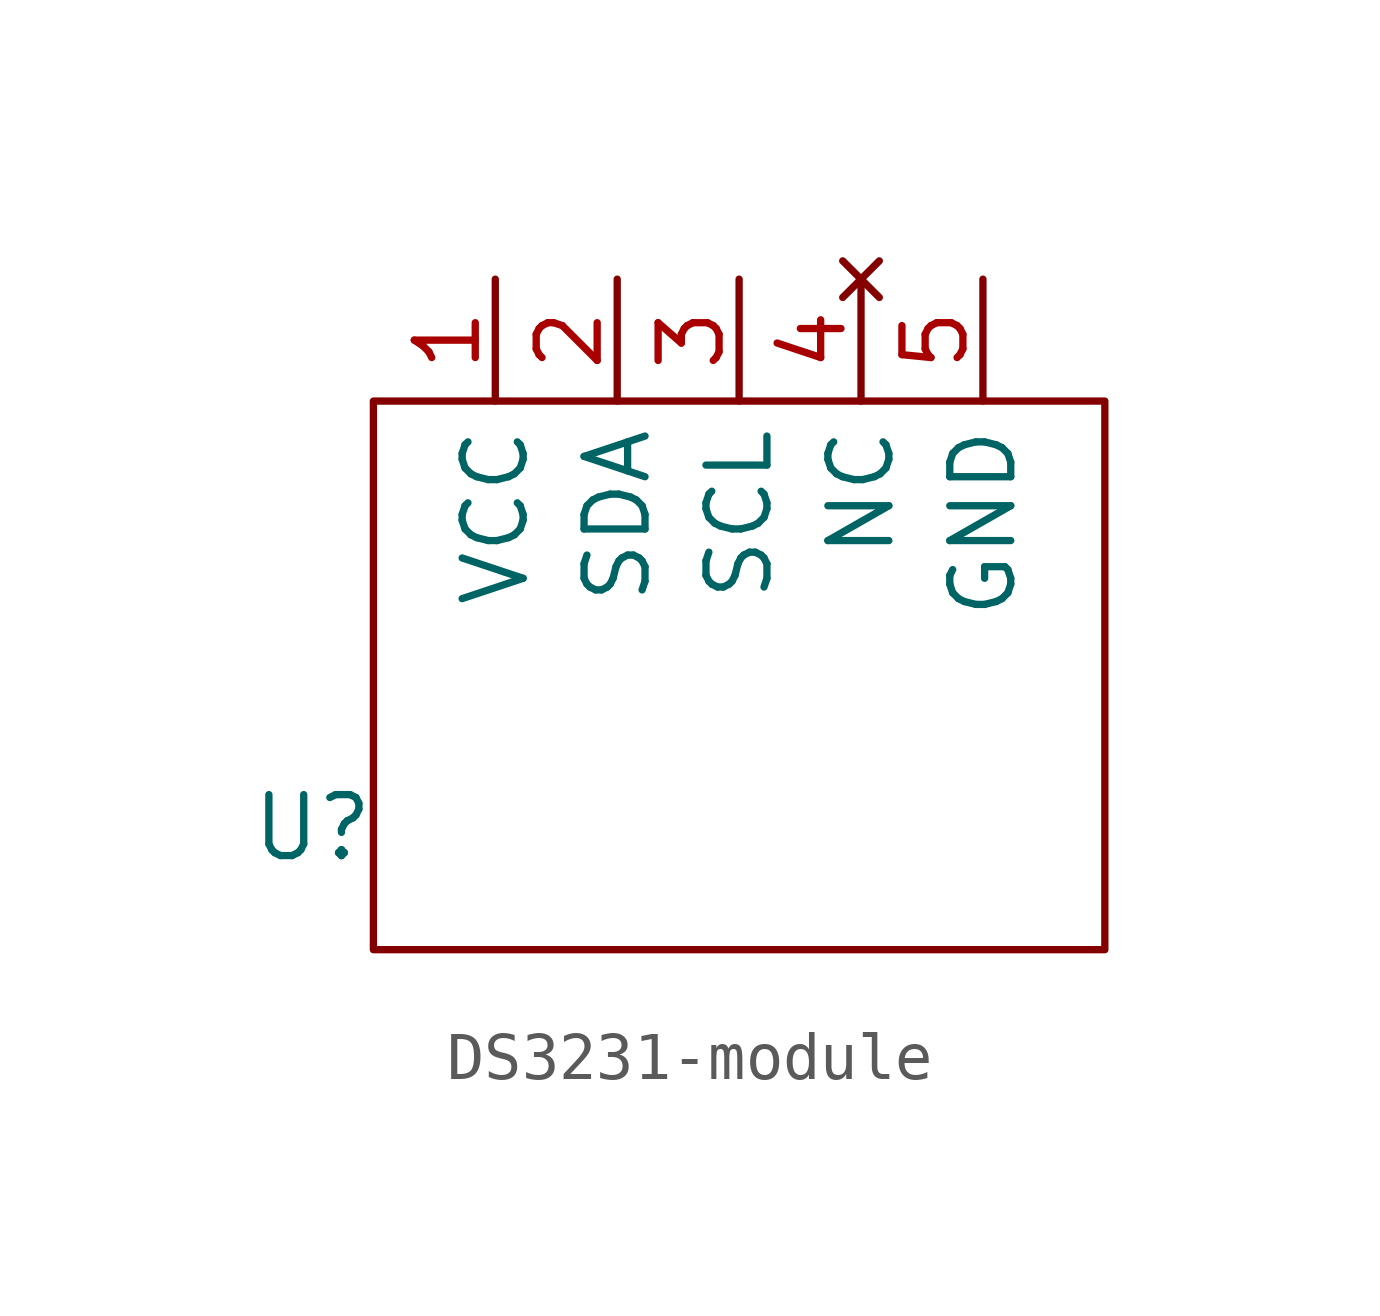
<source format=kicad_sym>
(kicad_symbol_lib
  (version 20241209)
  (generator "kicad_symbol_editor")
  (generator_version "9.0")
  (symbol "DS3231-module"
    (property "Reference" "U"
      (at 0 0 0)
      (effects (font (size 1.27 1.27))))
    (property "Value" ""
      (at 0 0 0)
      (effects (font (size 1.27 1.27))))
    (symbol "DS3231-module_0_1"
      (rectangle (start 1.27 8.89) (end 16.51 -2.54) (stroke (width 0) (type default)) (fill (type none))))
    (symbol "DS3231-module_1_1"
      (pin power_in line (at 3.81 11.43 270) (length 2.54) (name "VCC" (effects (font (size 1.27 1.27)))) (number "1" (effects (font (size 1.27 1.27)))))
      (pin bidirectional line (at 6.35 11.43 270) (length 2.54) (name "SDA" (effects (font (size 1.27 1.27)))) (number "2" (effects (font (size 1.27 1.27)))))
      (pin bidirectional line (at 8.89 11.43 270) (length 2.54) (name "SCL" (effects (font (size 1.27 1.27)))) (number "3" (effects (font (size 1.27 1.27)))))
      (pin no_connect line (at 11.43 11.43 270) (length 2.54) (name "NC" (effects (font (size 1.27 1.27)))) (number "4" (effects (font (size 1.27 1.27)))))
      (pin power_in line (at 13.97 11.43 270) (length 2.54) (name "GND" (effects (font (size 1.27 1.27)))) (number "5" (effects (font (size 1.27 1.27))))))))
</source>
